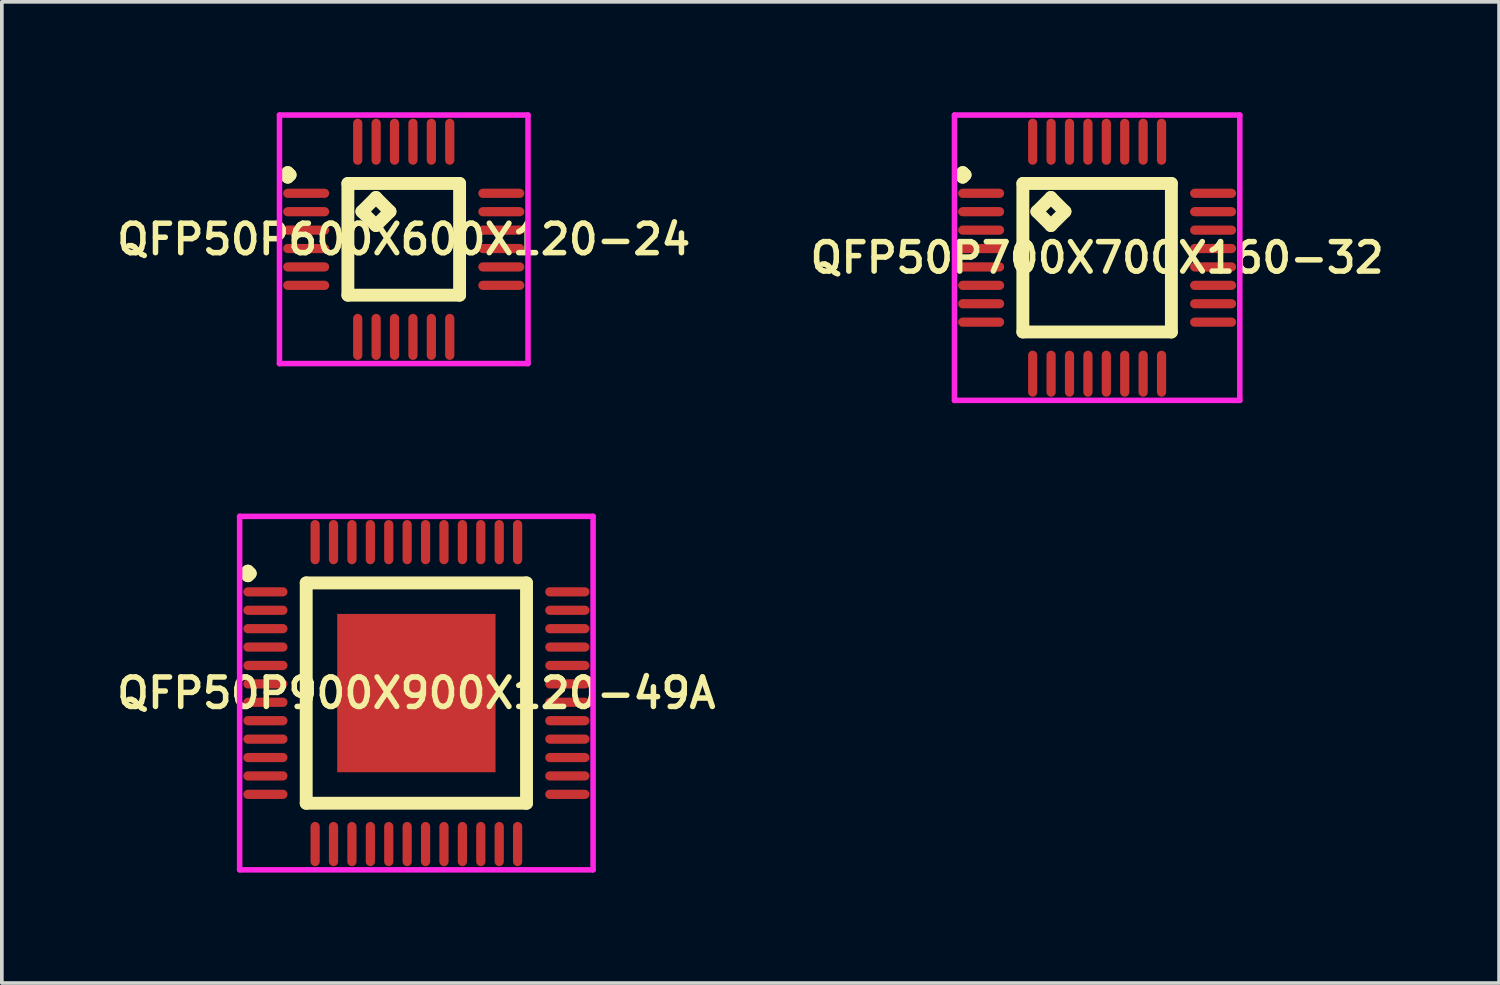
<source format=kicad_pcb>
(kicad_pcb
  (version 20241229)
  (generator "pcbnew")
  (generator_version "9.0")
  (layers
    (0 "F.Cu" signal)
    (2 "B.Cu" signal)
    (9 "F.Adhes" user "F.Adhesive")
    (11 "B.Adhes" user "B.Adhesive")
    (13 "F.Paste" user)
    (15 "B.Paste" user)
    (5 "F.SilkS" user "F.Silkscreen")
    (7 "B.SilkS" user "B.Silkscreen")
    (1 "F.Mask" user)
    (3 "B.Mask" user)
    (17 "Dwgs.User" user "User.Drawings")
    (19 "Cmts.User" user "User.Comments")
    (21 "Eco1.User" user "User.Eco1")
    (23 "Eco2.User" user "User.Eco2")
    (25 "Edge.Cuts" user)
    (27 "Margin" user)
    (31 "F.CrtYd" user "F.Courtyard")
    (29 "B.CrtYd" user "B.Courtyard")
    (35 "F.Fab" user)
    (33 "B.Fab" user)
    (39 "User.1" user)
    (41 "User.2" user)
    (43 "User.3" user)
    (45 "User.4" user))
  (footprint "QFP50P600X600X120-24"
    (layer "F.Cu")
    (at 7.916 3.45)
    (property "Reference" "QFP50P600X600X120-24" (at 0 0 0) (layer "F.SilkS") (effects (font (size 0.8 0.8) (thickness 0.15))))
    (attr smd)
    (fp_line (start -3.212 -1.75) (end -3.15 -1.812) (stroke (width 0.35) (type solid)) (layer "F.SilkS"))
    (fp_line (start -3.15 -1.812) (end -3.087 -1.75) (stroke (width 0.35) (type solid)) (layer "F.SilkS"))
    (fp_line (start -3.15 -1.688) (end -3.212 -1.75) (stroke (width 0.35) (type solid)) (layer "F.SilkS"))
    (fp_line (start -3.087 -1.75) (end -3.15 -1.688) (stroke (width 0.35) (type solid)) (layer "F.SilkS"))
    (fp_line (start -1.517 -1.517) (end -1.517 1.517) (stroke (width 0.35) (type solid)) (layer "F.SilkS"))
    (fp_line (start -1.517 1.517) (end 1.517 1.517) (stroke (width 0.35) (type solid)) (layer "F.SilkS"))
    (fp_line (start -1.136 -0.755) (end -0.755 -1.136) (stroke (width 0.35) (type solid)) (layer "F.SilkS"))
    (fp_line (start -0.755 -1.136) (end -0.374 -0.755) (stroke (width 0.35) (type solid)) (layer "F.SilkS"))
    (fp_line (start -0.755 -0.374) (end -1.136 -0.755) (stroke (width 0.35) (type solid)) (layer "F.SilkS"))
    (fp_line (start -0.374 -0.755) (end -0.755 -0.374) (stroke (width 0.35) (type solid)) (layer "F.SilkS"))
    (fp_line (start 1.517 -1.517) (end -1.517 -1.517) (stroke (width 0.35) (type solid)) (layer "F.SilkS"))
    (fp_line (start 1.517 1.517) (end 1.517 -1.517) (stroke (width 0.35) (type solid)) (layer "F.SilkS"))
    (fp_line (start -3.375 -3.375) (end 3.375 -3.375) (stroke (width 0.15) (type solid)) (layer "F.CrtYd"))
    (fp_line (start -3.375 3.375) (end -3.375 -3.375) (stroke (width 0.15) (type solid)) (layer "F.CrtYd"))
    (fp_line (start 3.375 -3.375) (end 3.375 3.375) (stroke (width 0.15) (type solid)) (layer "F.CrtYd"))
    (fp_line (start 3.375 3.375) (end -3.375 3.375) (stroke (width 0.15) (type solid)) (layer "F.CrtYd"))
    (pad "1" smd oval (at -2.65 -1.25) (size 1.25 0.25) (layers "F.Cu" "F.Mask" "F.Paste"))
    (pad "2" smd oval (at -2.65 -0.75) (size 1.25 0.25) (layers "F.Cu" "F.Mask" "F.Paste"))
    (pad "3" smd oval (at -2.65 -0.25) (size 1.25 0.25) (layers "F.Cu" "F.Mask" "F.Paste"))
    (pad "4" smd oval (at -2.65 0.25) (size 1.25 0.25) (layers "F.Cu" "F.Mask" "F.Paste"))
    (pad "5" smd oval (at -2.65 0.75) (size 1.25 0.25) (layers "F.Cu" "F.Mask" "F.Paste"))
    (pad "6" smd oval (at -2.65 1.25) (size 1.25 0.25) (layers "F.Cu" "F.Mask" "F.Paste"))
    (pad "7" smd oval (at -1.25 2.65) (size 0.25 1.25) (layers "F.Cu" "F.Mask" "F.Paste"))
    (pad "8" smd oval (at -0.75 2.65) (size 0.25 1.25) (layers "F.Cu" "F.Mask" "F.Paste"))
    (pad "9" smd oval (at -0.25 2.65) (size 0.25 1.25) (layers "F.Cu" "F.Mask" "F.Paste"))
    (pad "10" smd oval (at 0.25 2.65) (size 0.25 1.25) (layers "F.Cu" "F.Mask" "F.Paste"))
    (pad "11" smd oval (at 0.75 2.65) (size 0.25 1.25) (layers "F.Cu" "F.Mask" "F.Paste"))
    (pad "12" smd oval (at 1.25 2.65) (size 0.25 1.25) (layers "F.Cu" "F.Mask" "F.Paste"))
    (pad "13" smd oval (at 2.65 1.25) (size 1.25 0.25) (layers "F.Cu" "F.Mask" "F.Paste"))
    (pad "14" smd oval (at 2.65 0.75) (size 1.25 0.25) (layers "F.Cu" "F.Mask" "F.Paste"))
    (pad "15" smd oval (at 2.65 0.25) (size 1.25 0.25) (layers "F.Cu" "F.Mask" "F.Paste"))
    (pad "16" smd oval (at 2.65 -0.25) (size 1.25 0.25) (layers "F.Cu" "F.Mask" "F.Paste"))
    (pad "17" smd oval (at 2.65 -0.75) (size 1.25 0.25) (layers "F.Cu" "F.Mask" "F.Paste"))
    (pad "18" smd oval (at 2.65 -1.25) (size 1.25 0.25) (layers "F.Cu" "F.Mask" "F.Paste"))
    (pad "19" smd oval (at 1.25 -2.65) (size 0.25 1.25) (layers "F.Cu" "F.Mask" "F.Paste"))
    (pad "20" smd oval (at 0.75 -2.65) (size 0.25 1.25) (layers "F.Cu" "F.Mask" "F.Paste"))
    (pad "21" smd oval (at 0.25 -2.65) (size 0.25 1.25) (layers "F.Cu" "F.Mask" "F.Paste"))
    (pad "22" smd oval (at -0.25 -2.65) (size 0.25 1.25) (layers "F.Cu" "F.Mask" "F.Paste"))
    (pad "23" smd oval (at -0.75 -2.65) (size 0.25 1.25) (layers "F.Cu" "F.Mask" "F.Paste"))
    (pad "24" smd oval (at -1.25 -2.65) (size 0.25 1.25) (layers "F.Cu" "F.Mask" "F.Paste")))
  (footprint "QFP50P900X900X120-49A"
    (layer "F.Cu")
    (at 8.259 15.775)
    (property "Reference" "QFP50P900X900X120-49A" (at 0 0 0) (layer "F.SilkS") (effects (font (size 0.8 0.8) (thickness 0.15))))
    (attr smd)
    (fp_line (start -4.638 -3.25) (end -4.575 -3.312) (stroke (width 0.35) (type solid)) (layer "F.SilkS"))
    (fp_line (start -4.575 -3.312) (end -4.513 -3.25) (stroke (width 0.35) (type solid)) (layer "F.SilkS"))
    (fp_line (start -4.575 -3.188) (end -4.638 -3.25) (stroke (width 0.35) (type solid)) (layer "F.SilkS"))
    (fp_line (start -4.513 -3.25) (end -4.575 -3.188) (stroke (width 0.35) (type solid)) (layer "F.SilkS"))
    (fp_line (start -2.992 -2.992) (end -2.992 2.992) (stroke (width 0.35) (type solid)) (layer "F.SilkS"))
    (fp_line (start -2.992 2.992) (end 2.992 2.992) (stroke (width 0.35) (type solid)) (layer "F.SilkS"))
    (fp_line (start 2.992 -2.992) (end -2.992 -2.992) (stroke (width 0.35) (type solid)) (layer "F.SilkS"))
    (fp_line (start 2.992 2.992) (end 2.992 -2.992) (stroke (width 0.35) (type solid)) (layer "F.SilkS"))
    (fp_line (start -4.8 -4.8) (end 4.8 -4.8) (stroke (width 0.15) (type solid)) (layer "F.CrtYd"))
    (fp_line (start -4.8 4.8) (end -4.8 -4.8) (stroke (width 0.15) (type solid)) (layer "F.CrtYd"))
    (fp_line (start 4.8 -4.8) (end 4.8 4.8) (stroke (width 0.15) (type solid)) (layer "F.CrtYd"))
    (fp_line (start 4.8 4.8) (end -4.8 4.8) (stroke (width 0.15) (type solid)) (layer "F.CrtYd"))
    (pad "1" smd oval (at -4.1 -2.75) (size 1.2 0.25) (layers "F.Cu" "F.Mask" "F.Paste"))
    (pad "2" smd oval (at -4.1 -2.25) (size 1.2 0.25) (layers "F.Cu" "F.Mask" "F.Paste"))
    (pad "3" smd oval (at -4.1 -1.75) (size 1.2 0.25) (layers "F.Cu" "F.Mask" "F.Paste"))
    (pad "4" smd oval (at -4.1 -1.25) (size 1.2 0.25) (layers "F.Cu" "F.Mask" "F.Paste"))
    (pad "5" smd oval (at -4.1 -0.75) (size 1.2 0.25) (layers "F.Cu" "F.Mask" "F.Paste"))
    (pad "6" smd oval (at -4.1 -0.25) (size 1.2 0.25) (layers "F.Cu" "F.Mask" "F.Paste"))
    (pad "7" smd oval (at -4.1 0.25) (size 1.2 0.25) (layers "F.Cu" "F.Mask" "F.Paste"))
    (pad "8" smd oval (at -4.1 0.75) (size 1.2 0.25) (layers "F.Cu" "F.Mask" "F.Paste"))
    (pad "9" smd oval (at -4.1 1.25) (size 1.2 0.25) (layers "F.Cu" "F.Mask" "F.Paste"))
    (pad "10" smd oval (at -4.1 1.75) (size 1.2 0.25) (layers "F.Cu" "F.Mask" "F.Paste"))
    (pad "11" smd oval (at -4.1 2.25) (size 1.2 0.25) (layers "F.Cu" "F.Mask" "F.Paste"))
    (pad "12" smd oval (at -4.1 2.75) (size 1.2 0.25) (layers "F.Cu" "F.Mask" "F.Paste"))
    (pad "13" smd oval (at -2.75 4.1) (size 0.25 1.2) (layers "F.Cu" "F.Mask" "F.Paste"))
    (pad "14" smd oval (at -2.25 4.1) (size 0.25 1.2) (layers "F.Cu" "F.Mask" "F.Paste"))
    (pad "15" smd oval (at -1.75 4.1) (size 0.25 1.2) (layers "F.Cu" "F.Mask" "F.Paste"))
    (pad "16" smd oval (at -1.25 4.1) (size 0.25 1.2) (layers "F.Cu" "F.Mask" "F.Paste"))
    (pad "17" smd oval (at -0.75 4.1) (size 0.25 1.2) (layers "F.Cu" "F.Mask" "F.Paste"))
    (pad "18" smd oval (at -0.25 4.1) (size 0.25 1.2) (layers "F.Cu" "F.Mask" "F.Paste"))
    (pad "19" smd oval (at 0.25 4.1) (size 0.25 1.2) (layers "F.Cu" "F.Mask" "F.Paste"))
    (pad "20" smd oval (at 0.75 4.1) (size 0.25 1.2) (layers "F.Cu" "F.Mask" "F.Paste"))
    (pad "21" smd oval (at 1.25 4.1) (size 0.25 1.2) (layers "F.Cu" "F.Mask" "F.Paste"))
    (pad "22" smd oval (at 1.75 4.1) (size 0.25 1.2) (layers "F.Cu" "F.Mask" "F.Paste"))
    (pad "23" smd oval (at 2.25 4.1) (size 0.25 1.2) (layers "F.Cu" "F.Mask" "F.Paste"))
    (pad "24" smd oval (at 2.75 4.1) (size 0.25 1.2) (layers "F.Cu" "F.Mask" "F.Paste"))
    (pad "25" smd oval (at 4.1 2.75) (size 1.2 0.25) (layers "F.Cu" "F.Mask" "F.Paste"))
    (pad "26" smd oval (at 4.1 2.25) (size 1.2 0.25) (layers "F.Cu" "F.Mask" "F.Paste"))
    (pad "27" smd oval (at 4.1 1.75) (size 1.2 0.25) (layers "F.Cu" "F.Mask" "F.Paste"))
    (pad "28" smd oval (at 4.1 1.25) (size 1.2 0.25) (layers "F.Cu" "F.Mask" "F.Paste"))
    (pad "29" smd oval (at 4.1 0.75) (size 1.2 0.25) (layers "F.Cu" "F.Mask" "F.Paste"))
    (pad "30" smd oval (at 4.1 0.25) (size 1.2 0.25) (layers "F.Cu" "F.Mask" "F.Paste"))
    (pad "31" smd oval (at 4.1 -0.25) (size 1.2 0.25) (layers "F.Cu" "F.Mask" "F.Paste"))
    (pad "32" smd oval (at 4.1 -0.75) (size 1.2 0.25) (layers "F.Cu" "F.Mask" "F.Paste"))
    (pad "33" smd oval (at 4.1 -1.25) (size 1.2 0.25) (layers "F.Cu" "F.Mask" "F.Paste"))
    (pad "34" smd oval (at 4.1 -1.75) (size 1.2 0.25) (layers "F.Cu" "F.Mask" "F.Paste"))
    (pad "35" smd oval (at 4.1 -2.25) (size 1.2 0.25) (layers "F.Cu" "F.Mask" "F.Paste"))
    (pad "36" smd oval (at 4.1 -2.75) (size 1.2 0.25) (layers "F.Cu" "F.Mask" "F.Paste"))
    (pad "37" smd oval (at 2.75 -4.1) (size 0.25 1.2) (layers "F.Cu" "F.Mask" "F.Paste"))
    (pad "38" smd oval (at 2.25 -4.1) (size 0.25 1.2) (layers "F.Cu" "F.Mask" "F.Paste"))
    (pad "39" smd oval (at 1.75 -4.1) (size 0.25 1.2) (layers "F.Cu" "F.Mask" "F.Paste"))
    (pad "40" smd oval (at 1.25 -4.1) (size 0.25 1.2) (layers "F.Cu" "F.Mask" "F.Paste"))
    (pad "41" smd oval (at 0.75 -4.1) (size 0.25 1.2) (layers "F.Cu" "F.Mask" "F.Paste"))
    (pad "42" smd oval (at 0.25 -4.1) (size 0.25 1.2) (layers "F.Cu" "F.Mask" "F.Paste"))
    (pad "43" smd oval (at -0.25 -4.1) (size 0.25 1.2) (layers "F.Cu" "F.Mask" "F.Paste"))
    (pad "44" smd oval (at -0.75 -4.1) (size 0.25 1.2) (layers "F.Cu" "F.Mask" "F.Paste"))
    (pad "45" smd oval (at -1.25 -4.1) (size 0.25 1.2) (layers "F.Cu" "F.Mask" "F.Paste"))
    (pad "46" smd oval (at -1.75 -4.1) (size 0.25 1.2) (layers "F.Cu" "F.Mask" "F.Paste"))
    (pad "47" smd oval (at -2.25 -4.1) (size 0.25 1.2) (layers "F.Cu" "F.Mask" "F.Paste"))
    (pad "48" smd oval (at -2.75 -4.1) (size 0.25 1.2) (layers "F.Cu" "F.Mask" "F.Paste"))
    (pad "49" smd rect (at 0 0) (size 4.3 4.3) (layers "F.Cu" "F.Mask" "F.Paste")))
  (footprint "QFP50P700X700X160-32"
    (layer "F.Cu")
    (at 26.749 3.95)
    (property "Reference" "QFP50P700X700X160-32" (at 0 0 0) (layer "F.SilkS") (effects (font (size 0.8 0.8) (thickness 0.15))))
    (attr smd)
    (fp_line (start -3.712 -2.25) (end -3.65 -2.312) (stroke (width 0.35) (type solid)) (layer "F.SilkS"))
    (fp_line (start -3.65 -2.312) (end -3.587 -2.25) (stroke (width 0.35) (type solid)) (layer "F.SilkS"))
    (fp_line (start -3.65 -2.188) (end -3.712 -2.25) (stroke (width 0.35) (type solid)) (layer "F.SilkS"))
    (fp_line (start -3.587 -2.25) (end -3.65 -2.188) (stroke (width 0.35) (type solid)) (layer "F.SilkS"))
    (fp_line (start -2.017 -2.017) (end -2.017 2.017) (stroke (width 0.35) (type solid)) (layer "F.SilkS"))
    (fp_line (start -2.017 2.017) (end 2.017 2.017) (stroke (width 0.35) (type solid)) (layer "F.SilkS"))
    (fp_line (start -1.636 -1.255) (end -1.255 -1.636) (stroke (width 0.35) (type solid)) (layer "F.SilkS"))
    (fp_line (start -1.255 -1.636) (end -0.874 -1.255) (stroke (width 0.35) (type solid)) (layer "F.SilkS"))
    (fp_line (start -1.255 -0.874) (end -1.636 -1.255) (stroke (width 0.35) (type solid)) (layer "F.SilkS"))
    (fp_line (start -0.874 -1.255) (end -1.255 -0.874) (stroke (width 0.35) (type solid)) (layer "F.SilkS"))
    (fp_line (start 2.017 -2.017) (end -2.017 -2.017) (stroke (width 0.35) (type solid)) (layer "F.SilkS"))
    (fp_line (start 2.017 2.017) (end 2.017 -2.017) (stroke (width 0.35) (type solid)) (layer "F.SilkS"))
    (fp_line (start -3.875 -3.875) (end 3.875 -3.875) (stroke (width 0.15) (type solid)) (layer "F.CrtYd"))
    (fp_line (start -3.875 3.875) (end -3.875 -3.875) (stroke (width 0.15) (type solid)) (layer "F.CrtYd"))
    (fp_line (start 3.875 -3.875) (end 3.875 3.875) (stroke (width 0.15) (type solid)) (layer "F.CrtYd"))
    (fp_line (start 3.875 3.875) (end -3.875 3.875) (stroke (width 0.15) (type solid)) (layer "F.CrtYd"))
    (pad "1" smd oval (at -3.15 -1.75) (size 1.25 0.25) (layers "F.Cu" "F.Mask" "F.Paste"))
    (pad "2" smd oval (at -3.15 -1.25) (size 1.25 0.25) (layers "F.Cu" "F.Mask" "F.Paste"))
    (pad "3" smd oval (at -3.15 -0.75) (size 1.25 0.25) (layers "F.Cu" "F.Mask" "F.Paste"))
    (pad "4" smd oval (at -3.15 -0.25) (size 1.25 0.25) (layers "F.Cu" "F.Mask" "F.Paste"))
    (pad "5" smd oval (at -3.15 0.25) (size 1.25 0.25) (layers "F.Cu" "F.Mask" "F.Paste"))
    (pad "6" smd oval (at -3.15 0.75) (size 1.25 0.25) (layers "F.Cu" "F.Mask" "F.Paste"))
    (pad "7" smd oval (at -3.15 1.25) (size 1.25 0.25) (layers "F.Cu" "F.Mask" "F.Paste"))
    (pad "8" smd oval (at -3.15 1.75) (size 1.25 0.25) (layers "F.Cu" "F.Mask" "F.Paste"))
    (pad "9" smd oval (at -1.75 3.15) (size 0.25 1.25) (layers "F.Cu" "F.Mask" "F.Paste"))
    (pad "10" smd oval (at -1.25 3.15) (size 0.25 1.25) (layers "F.Cu" "F.Mask" "F.Paste"))
    (pad "11" smd oval (at -0.75 3.15) (size 0.25 1.25) (layers "F.Cu" "F.Mask" "F.Paste"))
    (pad "12" smd oval (at -0.25 3.15) (size 0.25 1.25) (layers "F.Cu" "F.Mask" "F.Paste"))
    (pad "13" smd oval (at 0.25 3.15) (size 0.25 1.25) (layers "F.Cu" "F.Mask" "F.Paste"))
    (pad "14" smd oval (at 0.75 3.15) (size 0.25 1.25) (layers "F.Cu" "F.Mask" "F.Paste"))
    (pad "15" smd oval (at 1.25 3.15) (size 0.25 1.25) (layers "F.Cu" "F.Mask" "F.Paste"))
    (pad "16" smd oval (at 1.75 3.15) (size 0.25 1.25) (layers "F.Cu" "F.Mask" "F.Paste"))
    (pad "17" smd oval (at 3.15 1.75) (size 1.25 0.25) (layers "F.Cu" "F.Mask" "F.Paste"))
    (pad "18" smd oval (at 3.15 1.25) (size 1.25 0.25) (layers "F.Cu" "F.Mask" "F.Paste"))
    (pad "19" smd oval (at 3.15 0.75) (size 1.25 0.25) (layers "F.Cu" "F.Mask" "F.Paste"))
    (pad "20" smd oval (at 3.15 0.25) (size 1.25 0.25) (layers "F.Cu" "F.Mask" "F.Paste"))
    (pad "21" smd oval (at 3.15 -0.25) (size 1.25 0.25) (layers "F.Cu" "F.Mask" "F.Paste"))
    (pad "22" smd oval (at 3.15 -0.75) (size 1.25 0.25) (layers "F.Cu" "F.Mask" "F.Paste"))
    (pad "23" smd oval (at 3.15 -1.25) (size 1.25 0.25) (layers "F.Cu" "F.Mask" "F.Paste"))
    (pad "24" smd oval (at 3.15 -1.75) (size 1.25 0.25) (layers "F.Cu" "F.Mask" "F.Paste"))
    (pad "25" smd oval (at 1.75 -3.15) (size 0.25 1.25) (layers "F.Cu" "F.Mask" "F.Paste"))
    (pad "26" smd oval (at 1.25 -3.15) (size 0.25 1.25) (layers "F.Cu" "F.Mask" "F.Paste"))
    (pad "27" smd oval (at 0.75 -3.15) (size 0.25 1.25) (layers "F.Cu" "F.Mask" "F.Paste"))
    (pad "28" smd oval (at 0.25 -3.15) (size 0.25 1.25) (layers "F.Cu" "F.Mask" "F.Paste"))
    (pad "29" smd oval (at -0.25 -3.15) (size 0.25 1.25) (layers "F.Cu" "F.Mask" "F.Paste"))
    (pad "30" smd oval (at -0.75 -3.15) (size 0.25 1.25) (layers "F.Cu" "F.Mask" "F.Paste"))
    (pad "31" smd oval (at -1.25 -3.15) (size 0.25 1.25) (layers "F.Cu" "F.Mask" "F.Paste"))
    (pad "32" smd oval (at -1.75 -3.15) (size 0.25 1.25) (layers "F.Cu" "F.Mask" "F.Paste")))
  (gr_rect
    (start -3 -3)
    (end 37.666 23.65)
    (stroke (width 0.1) (type default))
    (fill no)
    (layer "Edge.Cuts")))
</source>
